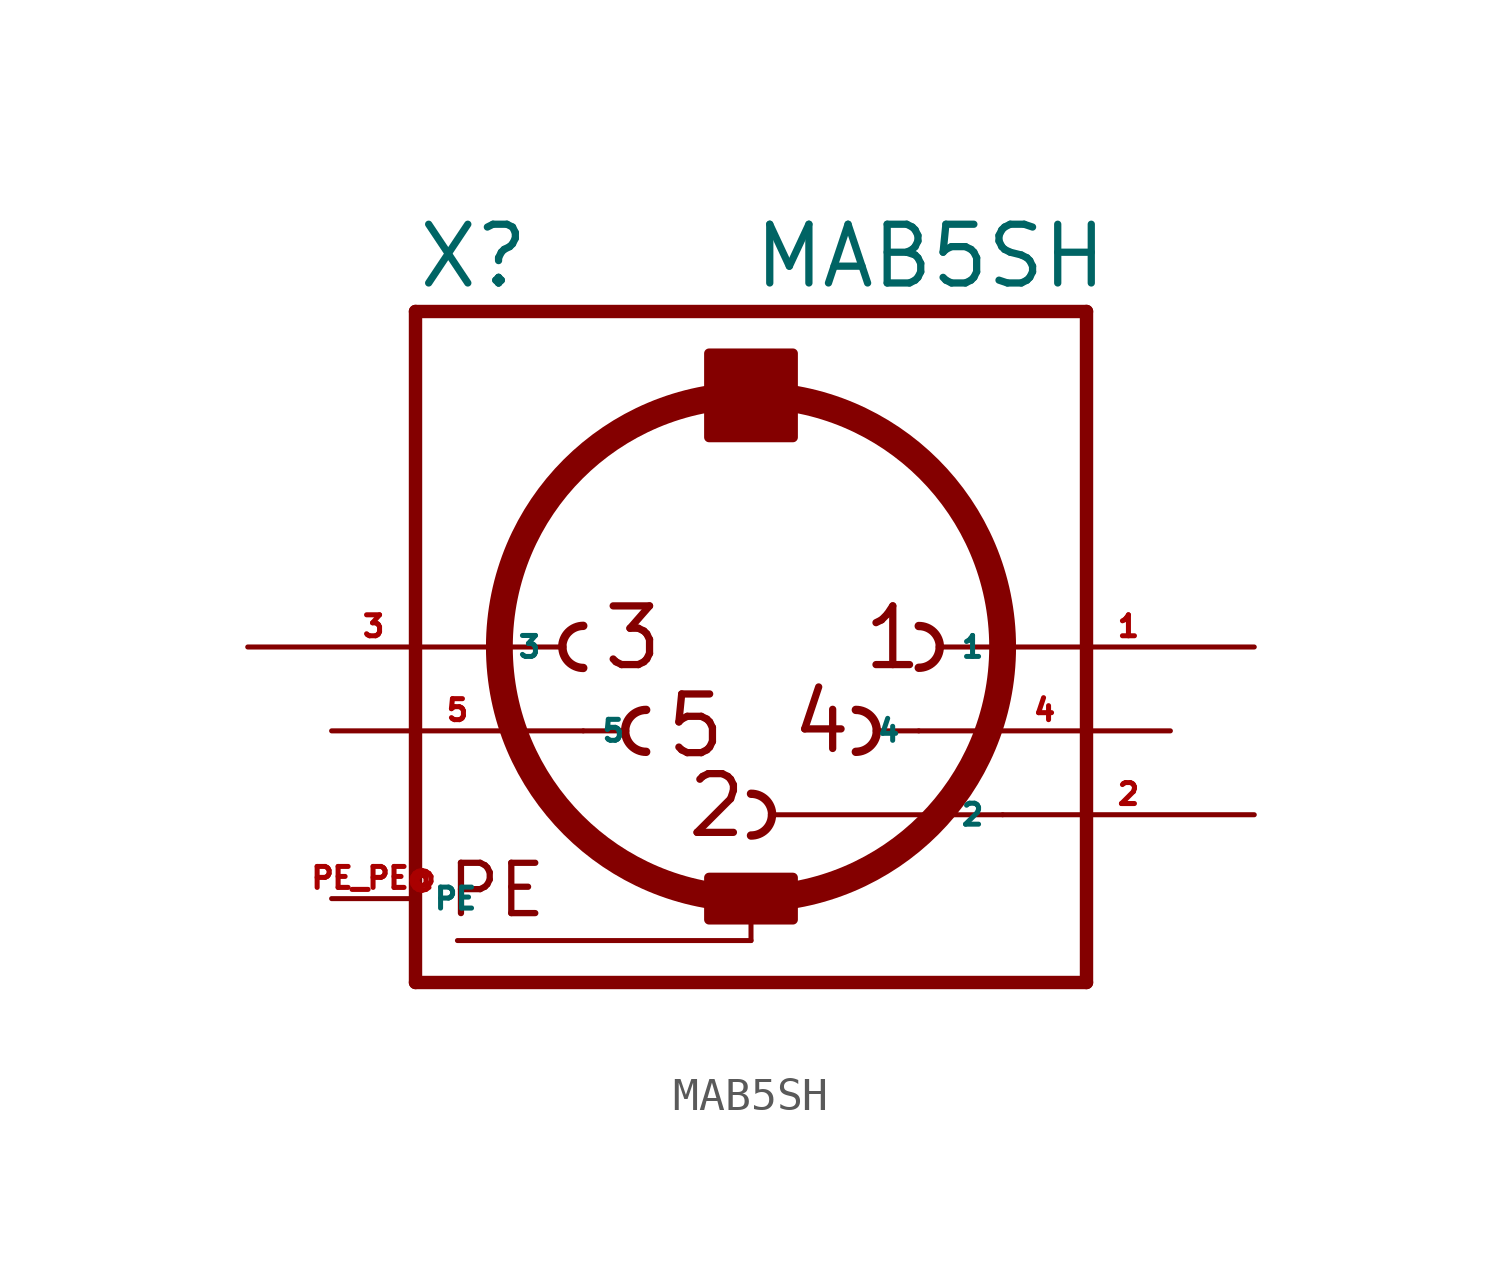
<source format=kicad_sym>
(kicad_symbol_lib
  (version 20220914)
  (generator Eagle2Kicad)
  (symbol "MAB5SH"
    (property "Reference" "X"
      (at -10.16 10.795 0)
      (effects (font (size 1.778 1.778) (thickness 0.22)) (justify left bottom)))
    (property "Value" "MAB5SH"
      (at 0 10.795 0)
      (effects (font (size 1.778 1.778) (thickness 0.22)) (justify left bottom)))
    (arc
      (start -3.81 -2.54)
      (mid -3.624 -2.989)
      (end -3.175 -3.175)
      (stroke (width 0.254) (type default))
      (fill (type none)))
    (arc
      (start -3.175 -1.905)
      (mid -3.624 -2.091)
      (end -3.81 -2.54)
      (stroke (width 0.254) (type default))
      (fill (type none)))
    (arc
      (start 5.715 0)
      (mid 5.529 0.449)
      (end 5.08 0.635)
      (stroke (width 0.254) (type default))
      (fill (type none)))
    (arc
      (start 5.08 -0.635)
      (mid 5.529 -0.449)
      (end 5.715 0)
      (stroke (width 0.254) (type default))
      (fill (type none)))
    (arc
      (start -5.715 0)
      (mid -5.529 -0.449)
      (end -5.08 -0.635)
      (stroke (width 0.254) (type default))
      (fill (type none)))
    (arc
      (start -5.08 0.635)
      (mid -5.529 0.449)
      (end -5.715 0)
      (stroke (width 0.254) (type default))
      (fill (type none)))
    (arc
      (start 0.635 -5.08)
      (mid 0.449 -4.631)
      (end 0 -4.445)
      (stroke (width 0.254) (type default))
      (fill (type none)))
    (arc
      (start 0 -5.715)
      (mid 0.449 -5.529)
      (end 0.635 -5.08)
      (stroke (width 0.254) (type default))
      (fill (type none)))
    (arc
      (start 3.81 -2.54)
      (mid 3.624 -2.091)
      (end 3.175 -1.905)
      (stroke (width 0.254) (type default))
      (fill (type none)))
    (arc
      (start 3.175 -3.175)
      (mid 3.624 -2.989)
      (end 3.81 -2.54)
      (stroke (width 0.254) (type default))
      (fill (type none)))
    (polyline
      (pts (xy -1.27 6.35) (xy 1.27 6.35))
      (stroke (width 0.152) (type default))
      (fill (type none)))
    (polyline
      (pts (xy -10.16 -10.16) (xy 10.16 -10.16))
      (stroke (width 0.406) (type default))
      (fill (type none)))
    (polyline
      (pts (xy 10.16 10.16) (xy 10.16 -10.16))
      (stroke (width 0.406) (type default))
      (fill (type none)))
    (polyline
      (pts (xy 10.16 10.16) (xy -10.16 10.16))
      (stroke (width 0.406) (type default))
      (fill (type none)))
    (polyline
      (pts (xy -10.16 -10.16) (xy -10.16 10.16))
      (stroke (width 0.406) (type default))
      (fill (type none)))
    (polyline
      (pts (xy -7.62 0) (xy -5.715 0))
      (stroke (width 0.152) (type default))
      (fill (type none)))
    (polyline
      (pts (xy -5.08 -2.54) (xy -3.81 -2.54))
      (stroke (width 0.152) (type default))
      (fill (type none)))
    (polyline
      (pts (xy 3.81 -2.54) (xy 5.08 -2.54))
      (stroke (width 0.152) (type default))
      (fill (type none)))
    (polyline
      (pts (xy 5.715 0) (xy 7.62 0))
      (stroke (width 0.152) (type default))
      (fill (type none)))
    (polyline
      (pts (xy -1.27 6.35) (xy -1.27 8.89))
      (stroke (width 0.152) (type default))
      (fill (type none)))
    (polyline
      (pts (xy -1.27 8.89) (xy 1.27 8.89))
      (stroke (width 0.152) (type default))
      (fill (type none)))
    (polyline
      (pts (xy 1.27 8.89) (xy 1.27 6.35))
      (stroke (width 0.152) (type default))
      (fill (type none)))
    (polyline
      (pts (xy 0.635 -5.08) (xy 7.62 -5.08))
      (stroke (width 0.152) (type default))
      (fill (type none)))
    (polyline
      (pts (xy 0 -8.89) (xy 0 -7.62))
      (stroke (width 0.152) (type default))
      (fill (type none)))
    (polyline
      (pts (xy 0 -8.89) (xy -8.89 -8.89))
      (stroke (width 0.152) (type default))
      (fill (type none)))
    (text "1"
      (at 3.302 -0.762 0)
      (effects (font (size 1.778 1.778) (thickness 0.22)) (justify left bottom)))
    (text "2"
      (at -2.032 -5.842 0)
      (effects (font (size 1.778 1.778) (thickness 0.22)) (justify left bottom)))
    (text "3"
      (at -4.572 -0.762 0)
      (effects (font (size 1.778 1.778) (thickness 0.22)) (justify left bottom)))
    (text "4"
      (at 1.143 -3.302 0)
      (effects (font (size 1.778 1.778) (thickness 0.22)) (justify left bottom)))
    (text "5"
      (at -2.667 -3.429 0)
      (effects (font (size 1.778 1.778) (thickness 0.22)) (justify left bottom)))
    (text "PE"
      (at -9.271 -8.255 0)
      (effects (font (size 1.524 1.524) (thickness 0.19)) (justify left bottom)))
    (circle
      (center 0 0)
      (radius 7.62)
      (stroke (width 0.813) (type default))
      (fill (type none)))
    (rectangle
      (start -1.27 6.35)
      (end 1.27 8.89)
      (stroke (width 0.3) (type default))
      (fill (type outline)))
    (rectangle
      (start -1.27 -8.255)
      (end 1.27 -6.985)
      (stroke (width 0.3) (type default))
      (fill (type outline)))
    (pin passive line
      (at 15.24 0 180)
      (length 7.62)
      (name "1" (effects (font (size 0.635 0.635) (thickness 0.08)) (justify left bottom)))
      (number "1" (effects (font (size 0.635 0.635) (thickness 0.08)) (justify left bottom))))
    (pin passive line
      (at 15.24 -5.08 180)
      (length 7.62)
      (name "2" (effects (font (size 0.635 0.635) (thickness 0.08)) (justify left bottom)))
      (number "2" (effects (font (size 0.635 0.635) (thickness 0.08)) (justify left bottom))))
    (pin passive line
      (at -15.24 0 0)
      (length 7.62)
      (name "3" (effects (font (size 0.635 0.635) (thickness 0.08)) (justify left bottom)))
      (number "3" (effects (font (size 0.635 0.635) (thickness 0.08)) (justify left bottom))))
    (pin passive line
      (at 12.7 -2.54 180)
      (length 7.62)
      (name "4" (effects (font (size 0.635 0.635) (thickness 0.08)) (justify left bottom)))
      (number "4" (effects (font (size 0.635 0.635) (thickness 0.08)) (justify left bottom))))
    (pin passive line
      (at -12.7 -2.54 0)
      (length 7.62)
      (name "5" (effects (font (size 0.635 0.635) (thickness 0.08)) (justify left bottom)))
      (number "5" (effects (font (size 0.635 0.635) (thickness 0.08)) (justify left bottom))))
    (pin unspecified line
      (at -12.7 -7.62 0)
      (length 2.54)
      (name "PE" (effects (font (size 0.635 0.635) (thickness 0.08)) (justify left bottom)))
      (number "PE PE@" (effects (font (size 0.635 0.635) (thickness 0.08)) (justify left bottom))))))
</source>
